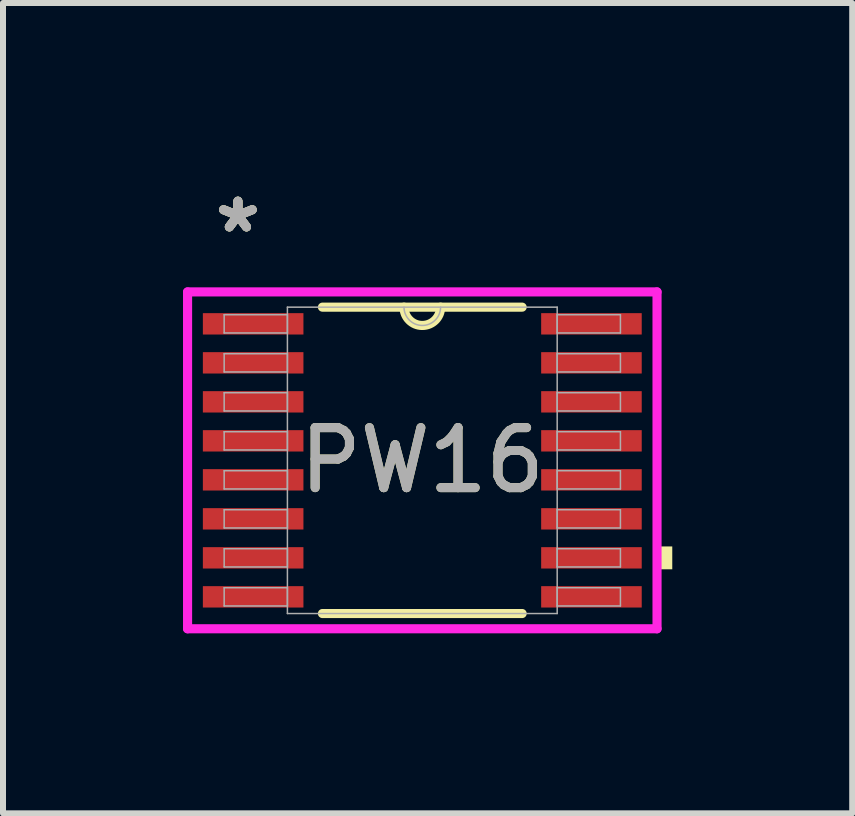
<source format=kicad_pcb>
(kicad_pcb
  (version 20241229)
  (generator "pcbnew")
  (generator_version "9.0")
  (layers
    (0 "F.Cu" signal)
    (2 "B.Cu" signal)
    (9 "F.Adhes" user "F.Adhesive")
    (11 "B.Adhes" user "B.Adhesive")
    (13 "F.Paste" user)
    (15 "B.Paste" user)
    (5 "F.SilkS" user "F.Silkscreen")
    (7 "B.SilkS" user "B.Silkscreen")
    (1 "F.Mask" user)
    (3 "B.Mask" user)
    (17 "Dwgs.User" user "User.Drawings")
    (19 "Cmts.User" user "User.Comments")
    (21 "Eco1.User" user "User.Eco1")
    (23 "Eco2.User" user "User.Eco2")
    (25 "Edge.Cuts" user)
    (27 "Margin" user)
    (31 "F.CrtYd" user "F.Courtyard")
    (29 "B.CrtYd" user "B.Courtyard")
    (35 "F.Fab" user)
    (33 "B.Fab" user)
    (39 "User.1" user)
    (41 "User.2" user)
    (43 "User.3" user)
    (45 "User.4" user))
  (footprint "PW16"
    (layer "F.Cu")
    (at 3.988 4.622)
    (property "Reference" "PW16" (at 0 0 0) (unlocked yes) (layer "F.SilkS") (effects (font (size 1 1) (thickness 0.15))))
    (attr smd)
    (fp_line (start -1.664 2.553) (end 1.664 2.553) (stroke (width 0.152) (type solid)) (layer "F.SilkS"))
    (fp_line (start 1.664 -2.553) (end -1.664 -2.553) (stroke (width 0.152) (type solid)) (layer "F.SilkS"))
    (fp_arc (start 0.3048 -2.5527) (mid 0 -2.2479) (end -0.3048 -2.5527) (stroke (width 0.1524) (type solid)) (layer "F.SilkS"))
    (fp_poly (pts (xy 4.166 1.435) (xy 4.166 1.816) (xy 3.912 1.816) (xy 3.912 1.435)) (stroke (width 0) (type solid)) (fill yes) (layer "F.SilkS"))
    (fp_line (start -3.912 -2.807) (end 3.912 -2.807) (stroke (width 0.152) (type solid)) (layer "F.CrtYd"))
    (fp_line (start -3.912 2.807) (end -3.912 -2.807) (stroke (width 0.152) (type solid)) (layer "F.CrtYd"))
    (fp_line (start 3.912 -2.807) (end 3.912 2.807) (stroke (width 0.152) (type solid)) (layer "F.CrtYd"))
    (fp_line (start 3.912 2.807) (end -3.912 2.807) (stroke (width 0.152) (type solid)) (layer "F.CrtYd"))
    (fp_line (start -3.302 -2.427) (end -3.302 -2.123) (stroke (width 0.025) (type solid)) (layer "F.Fab"))
    (fp_line (start -3.302 -2.123) (end -2.248 -2.123) (stroke (width 0.025) (type solid)) (layer "F.Fab"))
    (fp_line (start -3.302 -1.777) (end -3.302 -1.473) (stroke (width 0.025) (type solid)) (layer "F.Fab"))
    (fp_line (start -3.302 -1.473) (end -2.248 -1.473) (stroke (width 0.025) (type solid)) (layer "F.Fab"))
    (fp_line (start -3.302 -1.127) (end -3.302 -0.823) (stroke (width 0.025) (type solid)) (layer "F.Fab"))
    (fp_line (start -3.302 -0.823) (end -2.248 -0.823) (stroke (width 0.025) (type solid)) (layer "F.Fab"))
    (fp_line (start -3.302 -0.477) (end -3.302 -0.173) (stroke (width 0.025) (type solid)) (layer "F.Fab"))
    (fp_line (start -3.302 -0.173) (end -2.248 -0.173) (stroke (width 0.025) (type solid)) (layer "F.Fab"))
    (fp_line (start -3.302 0.173) (end -3.302 0.477) (stroke (width 0.025) (type solid)) (layer "F.Fab"))
    (fp_line (start -3.302 0.477) (end -2.248 0.477) (stroke (width 0.025) (type solid)) (layer "F.Fab"))
    (fp_line (start -3.302 0.823) (end -3.302 1.127) (stroke (width 0.025) (type solid)) (layer "F.Fab"))
    (fp_line (start -3.302 1.127) (end -2.248 1.127) (stroke (width 0.025) (type solid)) (layer "F.Fab"))
    (fp_line (start -3.302 1.473) (end -3.302 1.777) (stroke (width 0.025) (type solid)) (layer "F.Fab"))
    (fp_line (start -3.302 1.777) (end -2.248 1.777) (stroke (width 0.025) (type solid)) (layer "F.Fab"))
    (fp_line (start -3.302 2.123) (end -3.302 2.427) (stroke (width 0.025) (type solid)) (layer "F.Fab"))
    (fp_line (start -3.302 2.427) (end -2.248 2.427) (stroke (width 0.025) (type solid)) (layer "F.Fab"))
    (fp_line (start -2.248 -2.553) (end -2.248 2.553) (stroke (width 0.025) (type solid)) (layer "F.Fab"))
    (fp_line (start -2.248 -2.427) (end -3.302 -2.427) (stroke (width 0.025) (type solid)) (layer "F.Fab"))
    (fp_line (start -2.248 -2.123) (end -2.248 -2.427) (stroke (width 0.025) (type solid)) (layer "F.Fab"))
    (fp_line (start -2.248 -1.777) (end -3.302 -1.777) (stroke (width 0.025) (type solid)) (layer "F.Fab"))
    (fp_line (start -2.248 -1.473) (end -2.248 -1.777) (stroke (width 0.025) (type solid)) (layer "F.Fab"))
    (fp_line (start -2.248 -1.127) (end -3.302 -1.127) (stroke (width 0.025) (type solid)) (layer "F.Fab"))
    (fp_line (start -2.248 -0.823) (end -2.248 -1.127) (stroke (width 0.025) (type solid)) (layer "F.Fab"))
    (fp_line (start -2.248 -0.477) (end -3.302 -0.477) (stroke (width 0.025) (type solid)) (layer "F.Fab"))
    (fp_line (start -2.248 -0.173) (end -2.248 -0.477) (stroke (width 0.025) (type solid)) (layer "F.Fab"))
    (fp_line (start -2.248 0.173) (end -3.302 0.173) (stroke (width 0.025) (type solid)) (layer "F.Fab"))
    (fp_line (start -2.248 0.477) (end -2.248 0.173) (stroke (width 0.025) (type solid)) (layer "F.Fab"))
    (fp_line (start -2.248 0.823) (end -3.302 0.823) (stroke (width 0.025) (type solid)) (layer "F.Fab"))
    (fp_line (start -2.248 1.127) (end -2.248 0.823) (stroke (width 0.025) (type solid)) (layer "F.Fab"))
    (fp_line (start -2.248 1.473) (end -3.302 1.473) (stroke (width 0.025) (type solid)) (layer "F.Fab"))
    (fp_line (start -2.248 1.777) (end -2.248 1.473) (stroke (width 0.025) (type solid)) (layer "F.Fab"))
    (fp_line (start -2.248 2.123) (end -3.302 2.123) (stroke (width 0.025) (type solid)) (layer "F.Fab"))
    (fp_line (start -2.248 2.427) (end -2.248 2.123) (stroke (width 0.025) (type solid)) (layer "F.Fab"))
    (fp_line (start -2.248 2.553) (end 2.248 2.553) (stroke (width 0.025) (type solid)) (layer "F.Fab"))
    (fp_line (start 2.248 -2.553) (end -2.248 -2.553) (stroke (width 0.025) (type solid)) (layer "F.Fab"))
    (fp_line (start 2.248 -2.427) (end 2.248 -2.123) (stroke (width 0.025) (type solid)) (layer "F.Fab"))
    (fp_line (start 2.248 -2.123) (end 3.302 -2.123) (stroke (width 0.025) (type solid)) (layer "F.Fab"))
    (fp_line (start 2.248 -1.777) (end 2.248 -1.473) (stroke (width 0.025) (type solid)) (layer "F.Fab"))
    (fp_line (start 2.248 -1.473) (end 3.302 -1.473) (stroke (width 0.025) (type solid)) (layer "F.Fab"))
    (fp_line (start 2.248 -1.127) (end 2.248 -0.823) (stroke (width 0.025) (type solid)) (layer "F.Fab"))
    (fp_line (start 2.248 -0.823) (end 3.302 -0.823) (stroke (width 0.025) (type solid)) (layer "F.Fab"))
    (fp_line (start 2.248 -0.477) (end 2.248 -0.173) (stroke (width 0.025) (type solid)) (layer "F.Fab"))
    (fp_line (start 2.248 -0.173) (end 3.302 -0.173) (stroke (width 0.025) (type solid)) (layer "F.Fab"))
    (fp_line (start 2.248 0.173) (end 2.248 0.477) (stroke (width 0.025) (type solid)) (layer "F.Fab"))
    (fp_line (start 2.248 0.477) (end 3.302 0.477) (stroke (width 0.025) (type solid)) (layer "F.Fab"))
    (fp_line (start 2.248 0.823) (end 2.248 1.127) (stroke (width 0.025) (type solid)) (layer "F.Fab"))
    (fp_line (start 2.248 1.127) (end 3.302 1.127) (stroke (width 0.025) (type solid)) (layer "F.Fab"))
    (fp_line (start 2.248 1.473) (end 2.248 1.777) (stroke (width 0.025) (type solid)) (layer "F.Fab"))
    (fp_line (start 2.248 1.777) (end 3.302 1.777) (stroke (width 0.025) (type solid)) (layer "F.Fab"))
    (fp_line (start 2.248 2.123) (end 2.248 2.427) (stroke (width 0.025) (type solid)) (layer "F.Fab"))
    (fp_line (start 2.248 2.427) (end 3.302 2.427) (stroke (width 0.025) (type solid)) (layer "F.Fab"))
    (fp_line (start 2.248 2.553) (end 2.248 -2.553) (stroke (width 0.025) (type solid)) (layer "F.Fab"))
    (fp_line (start 3.302 -2.427) (end 2.248 -2.427) (stroke (width 0.025) (type solid)) (layer "F.Fab"))
    (fp_line (start 3.302 -2.123) (end 3.302 -2.427) (stroke (width 0.025) (type solid)) (layer "F.Fab"))
    (fp_line (start 3.302 -1.777) (end 2.248 -1.777) (stroke (width 0.025) (type solid)) (layer "F.Fab"))
    (fp_line (start 3.302 -1.473) (end 3.302 -1.777) (stroke (width 0.025) (type solid)) (layer "F.Fab"))
    (fp_line (start 3.302 -1.127) (end 2.248 -1.127) (stroke (width 0.025) (type solid)) (layer "F.Fab"))
    (fp_line (start 3.302 -0.823) (end 3.302 -1.127) (stroke (width 0.025) (type solid)) (layer "F.Fab"))
    (fp_line (start 3.302 -0.477) (end 2.248 -0.477) (stroke (width 0.025) (type solid)) (layer "F.Fab"))
    (fp_line (start 3.302 -0.173) (end 3.302 -0.477) (stroke (width 0.025) (type solid)) (layer "F.Fab"))
    (fp_line (start 3.302 0.173) (end 2.248 0.173) (stroke (width 0.025) (type solid)) (layer "F.Fab"))
    (fp_line (start 3.302 0.477) (end 3.302 0.173) (stroke (width 0.025) (type solid)) (layer "F.Fab"))
    (fp_line (start 3.302 0.823) (end 2.248 0.823) (stroke (width 0.025) (type solid)) (layer "F.Fab"))
    (fp_line (start 3.302 1.127) (end 3.302 0.823) (stroke (width 0.025) (type solid)) (layer "F.Fab"))
    (fp_line (start 3.302 1.473) (end 2.248 1.473) (stroke (width 0.025) (type solid)) (layer "F.Fab"))
    (fp_line (start 3.302 1.777) (end 3.302 1.473) (stroke (width 0.025) (type solid)) (layer "F.Fab"))
    (fp_line (start 3.302 2.123) (end 2.248 2.123) (stroke (width 0.025) (type solid)) (layer "F.Fab"))
    (fp_line (start 3.302 2.427) (end 3.302 2.123) (stroke (width 0.025) (type solid)) (layer "F.Fab"))
    (fp_arc (start 0.3048 -2.5527) (mid 0 -2.2479) (end -0.3048 -2.5527) (stroke (width 0.0254) (type solid)) (layer "F.Fab"))
    (fp_text user "*" (at -3.073 -3.774 0) (layer "F.SilkS") (effects (font (size 1 1) (thickness 0.15))))
    (fp_text user "*" (at -3.073 -3.774 0) (unlocked yes) (layer "F.SilkS") (effects (font (size 1 1) (thickness 0.15))))
    (fp_text user "${REFERENCE}" (at 0 0 0) (unlocked yes) (layer "F.Fab") (effects (font (size 1 1) (thickness 0.15))))
    (fp_text user "*" (at -3.073 -3.774 0) (layer "F.Fab") (effects (font (size 1 1) (thickness 0.15))))
    (fp_text user "*" (at -3.073 -3.774 0) (unlocked yes) (layer "F.Fab") (effects (font (size 1 1) (thickness 0.15))))
    (pad "1" smd rect (at -2.819 -2.275) (size 1.676 0.356) (layers "F.Cu" "F.Mask" "F.Paste"))
    (pad "2" smd rect (at -2.819 -1.625) (size 1.676 0.356) (layers "F.Cu" "F.Mask" "F.Paste"))
    (pad "3" smd rect (at -2.819 -0.975) (size 1.676 0.356) (layers "F.Cu" "F.Mask" "F.Paste"))
    (pad "4" smd rect (at -2.819 -0.325) (size 1.676 0.356) (layers "F.Cu" "F.Mask" "F.Paste"))
    (pad "5" smd rect (at -2.819 0.325) (size 1.676 0.356) (layers "F.Cu" "F.Mask" "F.Paste"))
    (pad "6" smd rect (at -2.819 0.975) (size 1.676 0.356) (layers "F.Cu" "F.Mask" "F.Paste"))
    (pad "7" smd rect (at -2.819 1.625) (size 1.676 0.356) (layers "F.Cu" "F.Mask" "F.Paste"))
    (pad "8" smd rect (at -2.819 2.275) (size 1.676 0.356) (layers "F.Cu" "F.Mask" "F.Paste"))
    (pad "9" smd rect (at 2.819 2.275) (size 1.676 0.356) (layers "F.Cu" "F.Mask" "F.Paste"))
    (pad "10" smd rect (at 2.819 1.625) (size 1.676 0.356) (layers "F.Cu" "F.Mask" "F.Paste"))
    (pad "11" smd rect (at 2.819 0.975) (size 1.676 0.356) (layers "F.Cu" "F.Mask" "F.Paste"))
    (pad "12" smd rect (at 2.819 0.325) (size 1.676 0.356) (layers "F.Cu" "F.Mask" "F.Paste"))
    (pad "13" smd rect (at 2.819 -0.325) (size 1.676 0.356) (layers "F.Cu" "F.Mask" "F.Paste"))
    (pad "14" smd rect (at 2.819 -0.975) (size 1.676 0.356) (layers "F.Cu" "F.Mask" "F.Paste"))
    (pad "15" smd rect (at 2.819 -1.625) (size 1.676 0.356) (layers "F.Cu" "F.Mask" "F.Paste"))
    (pad "16" smd rect (at 2.819 -2.275) (size 1.676 0.356) (layers "F.Cu" "F.Mask" "F.Paste")))
  (gr_rect
    (start -3 -3)
    (end 11.153 10.505)
    (stroke (width 0.1) (type default))
    (fill no)
    (layer "Edge.Cuts")))
</source>
